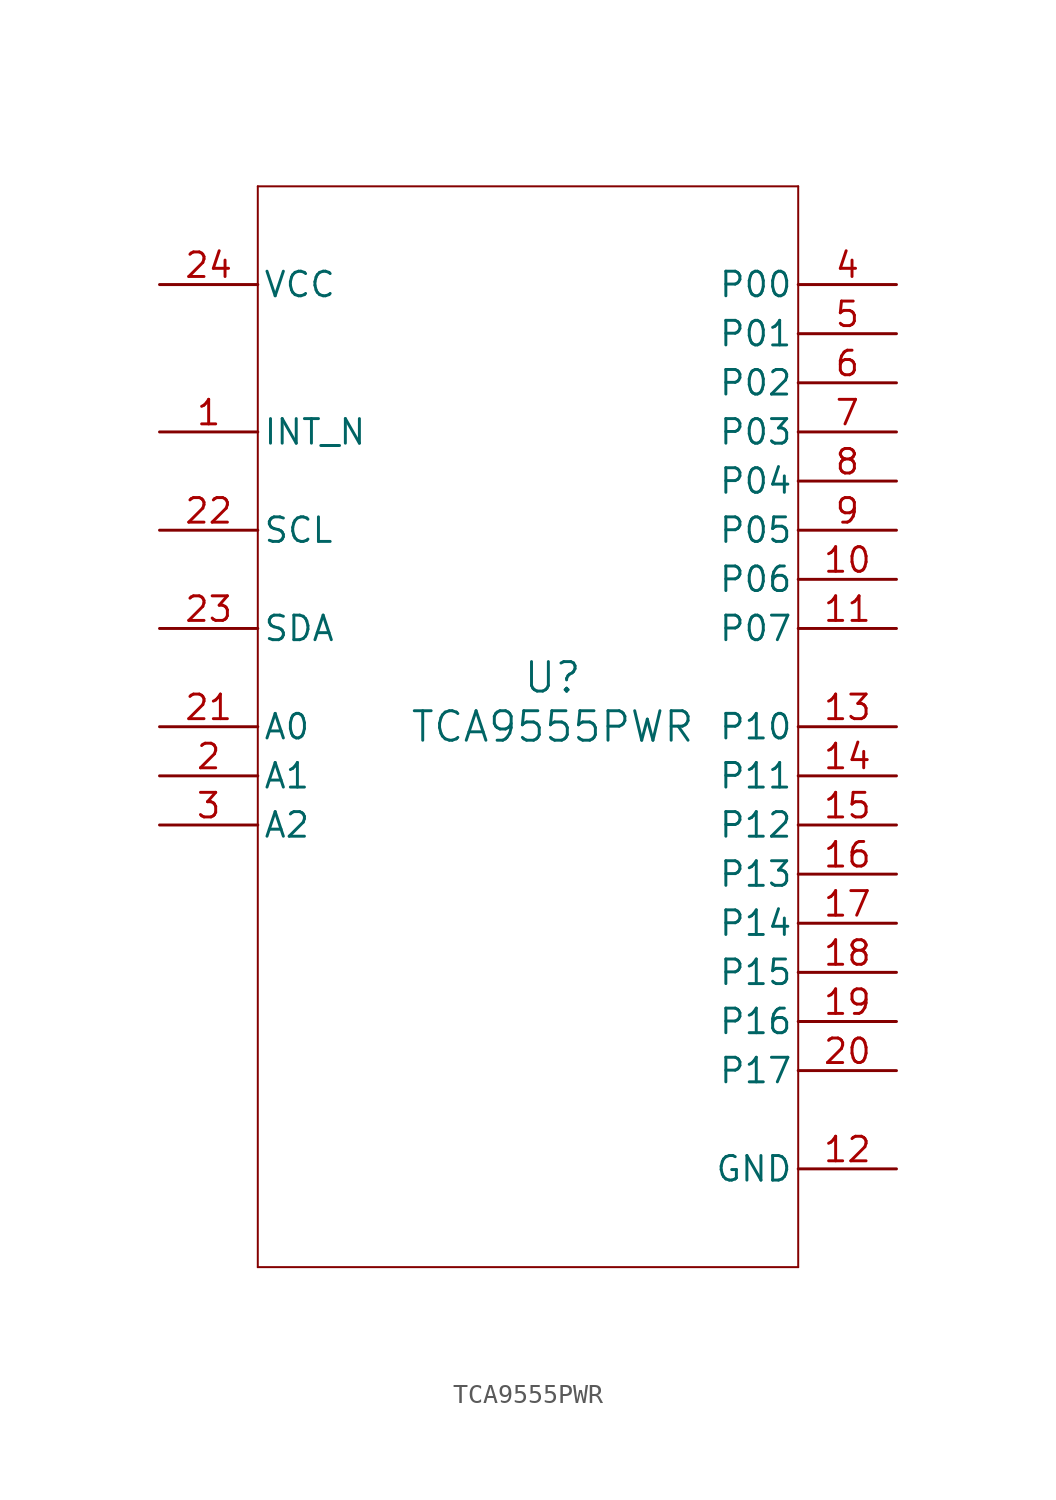
<source format=kicad_sym>
(kicad_symbol_lib
  (version 20211014)
  (generator kicad_symbol_editor)
  (symbol "TCA9555PWR"
    (pin_names
      (offset 0.254))
    (property "Reference" "U"
      (at 0 2.54 0)
      (effects (font (size 1.524 1.524))))
    (property "Value" "TCA9555PWR"
      (at 0 0 0)
      (effects (font (size 1.524 1.524))))
    (symbol "TCA9555PWR_0_1"
      (polyline (pts (xy -15.24 -27.94) (xy 12.7 -27.94)) (stroke (width 0.102) (type default) (color 0 0 0 0)) (fill (type none)))
      (polyline (pts (xy 12.7 -27.94) (xy 12.7 27.94)) (stroke (width 0.102) (type default) (color 0 0 0 0)) (fill (type none)))
      (polyline (pts (xy 12.7 27.94) (xy -15.24 27.94)) (stroke (width 0.102) (type default) (color 0 0 0 0)) (fill (type none)))
      (polyline (pts (xy -15.24 27.94) (xy -15.24 -27.94)) (stroke (width 0.102) (type default) (color 0 0 0 0)) (fill (type none)))
      (pin input line (at -20.32 0 0) (length 5.08) (name "A0" (effects (font (size 1.27 1.27)))) (number "21" (effects (font (size 1.27 1.27)))))
      (pin input line (at -20.32 -2.54 0) (length 5.08) (name "A1" (effects (font (size 1.27 1.27)))) (number "2" (effects (font (size 1.27 1.27)))))
      (pin input line (at -20.32 -5.08 0) (length 5.08) (name "A2" (effects (font (size 1.27 1.27)))) (number "3" (effects (font (size 1.27 1.27)))))
      (pin input line (at -20.32 10.16 0) (length 5.08) (name "SCL" (effects (font (size 1.27 1.27)))) (number "22" (effects (font (size 1.27 1.27)))))
      (pin open_collector line (at -20.32 15.24 0) (length 5.08) (name "INT_N" (effects (font (size 1.27 1.27)))) (number "1" (effects (font (size 1.27 1.27)))))
      (pin bidirectional line (at 17.78 22.86 180) (length 5.08) (name "P00" (effects (font (size 1.27 1.27)))) (number "4" (effects (font (size 1.27 1.27)))))
      (pin bidirectional line (at 17.78 20.32 180) (length 5.08) (name "P01" (effects (font (size 1.27 1.27)))) (number "5" (effects (font (size 1.27 1.27)))))
      (pin bidirectional line (at 17.78 17.78 180) (length 5.08) (name "P02" (effects (font (size 1.27 1.27)))) (number "6" (effects (font (size 1.27 1.27)))))
      (pin bidirectional line (at 17.78 15.24 180) (length 5.08) (name "P03" (effects (font (size 1.27 1.27)))) (number "7" (effects (font (size 1.27 1.27)))))
      (pin bidirectional line (at 17.78 10.16 180) (length 5.08) (name "P05" (effects (font (size 1.27 1.27)))) (number "9" (effects (font (size 1.27 1.27)))))
      (pin bidirectional line (at 17.78 7.62 180) (length 5.08) (name "P06" (effects (font (size 1.27 1.27)))) (number "10" (effects (font (size 1.27 1.27)))))
      (pin bidirectional line (at 17.78 12.7 180) (length 5.08) (name "P04" (effects (font (size 1.27 1.27)))) (number "8" (effects (font (size 1.27 1.27)))))
      (pin power_in line (at 17.78 -22.86 180) (length 5.08) (name "GND" (effects (font (size 1.27 1.27)))) (number "12" (effects (font (size 1.27 1.27)))))
      (pin bidirectional line (at 17.78 -17.78 180) (length 5.08) (name "P17" (effects (font (size 1.27 1.27)))) (number "20" (effects (font (size 1.27 1.27)))))
      (pin bidirectional line (at 17.78 -15.24 180) (length 5.08) (name "P16" (effects (font (size 1.27 1.27)))) (number "19" (effects (font (size 1.27 1.27)))))
      (pin bidirectional line (at 17.78 -12.7 180) (length 5.08) (name "P15" (effects (font (size 1.27 1.27)))) (number "18" (effects (font (size 1.27 1.27)))))
      (pin bidirectional line (at 17.78 -10.16 180) (length 5.08) (name "P14" (effects (font (size 1.27 1.27)))) (number "17" (effects (font (size 1.27 1.27)))))
      (pin bidirectional line (at 17.78 -7.62 180) (length 5.08) (name "P13" (effects (font (size 1.27 1.27)))) (number "16" (effects (font (size 1.27 1.27)))))
      (pin bidirectional line (at 17.78 -5.08 180) (length 5.08) (name "P12" (effects (font (size 1.27 1.27)))) (number "15" (effects (font (size 1.27 1.27)))))
      (pin bidirectional line (at 17.78 -2.54 180) (length 5.08) (name "P11" (effects (font (size 1.27 1.27)))) (number "14" (effects (font (size 1.27 1.27)))))
      (pin bidirectional line (at 17.78 0 180) (length 5.08) (name "P10" (effects (font (size 1.27 1.27)))) (number "13" (effects (font (size 1.27 1.27)))))
      (pin bidirectional line (at 17.78 5.08 180) (length 5.08) (name "P07" (effects (font (size 1.27 1.27)))) (number "11" (effects (font (size 1.27 1.27)))))
      (pin bidirectional line (at -20.32 5.08 0) (length 5.08) (name "SDA" (effects (font (size 1.27 1.27)))) (number "23" (effects (font (size 1.27 1.27)))))
      (pin power_in line (at -20.32 22.86 0) (length 5.08) (name "VCC" (effects (font (size 1.27 1.27)))) (number "24" (effects (font (size 1.27 1.27))))))))
</source>
